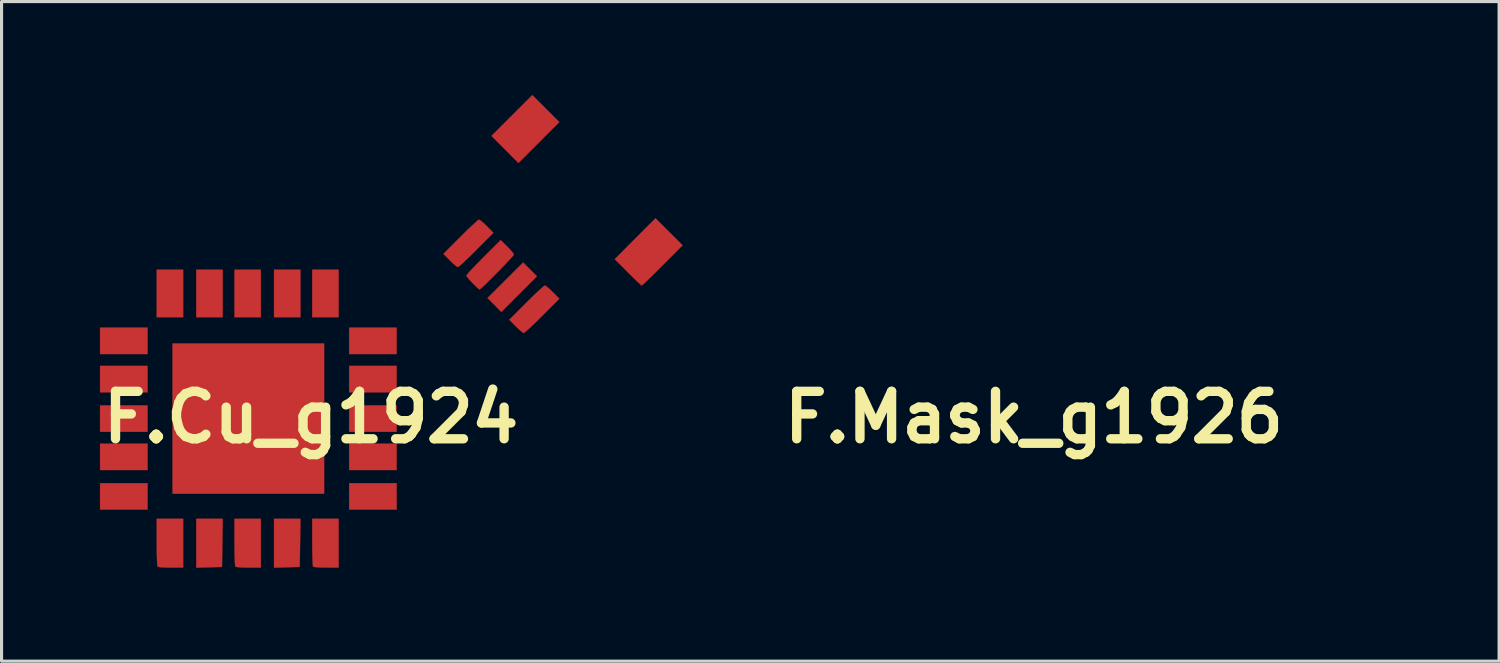
<source format=kicad_pcb>
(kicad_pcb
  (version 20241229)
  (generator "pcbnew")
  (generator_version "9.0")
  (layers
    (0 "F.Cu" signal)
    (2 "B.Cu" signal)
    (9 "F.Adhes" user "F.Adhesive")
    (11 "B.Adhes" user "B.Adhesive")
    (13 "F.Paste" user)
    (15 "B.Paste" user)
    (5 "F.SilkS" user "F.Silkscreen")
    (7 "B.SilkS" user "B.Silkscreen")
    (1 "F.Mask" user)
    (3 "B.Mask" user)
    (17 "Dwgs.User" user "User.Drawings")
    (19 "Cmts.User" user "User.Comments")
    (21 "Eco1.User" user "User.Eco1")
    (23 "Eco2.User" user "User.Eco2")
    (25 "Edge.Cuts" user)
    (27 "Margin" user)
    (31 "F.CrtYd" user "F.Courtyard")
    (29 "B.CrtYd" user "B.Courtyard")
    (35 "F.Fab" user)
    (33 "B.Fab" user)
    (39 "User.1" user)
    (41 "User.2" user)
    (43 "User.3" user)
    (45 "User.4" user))
  (footprint "F.Mask_g1926"
    (layer "F.Cu")
    (at 30.162 10.355)
    (property "Reference" "F.Mask_g1926" (at 0 0 0) (layer "F.SilkS") (effects (font (size 1.524 1.524) (thickness 0.3))))
    (attr through_hole)
    (fp_poly (pts (xy -5.249 -2.032) (xy -6.773 -2.032) (xy -6.773 -2.879) (xy -5.249 -2.879) (xy -5.249 -2.032)) (stroke (width 0.01) (type solid)) (fill yes) (layer "F.Mask"))
    (fp_poly (pts (xy -5.249 -0.804) (xy -6.773 -0.804) (xy -6.773 -1.651) (xy -5.249 -1.651) (xy -5.249 -0.804)) (stroke (width 0.01) (type solid)) (fill yes) (layer "F.Mask"))
    (fp_poly (pts (xy -5.249 0.466) (xy -6.773 0.466) (xy -6.773 -0.381) (xy -5.249 -0.381) (xy -5.249 0.466)) (stroke (width 0.01) (type solid)) (fill yes) (layer "F.Mask"))
    (fp_poly (pts (xy -5.249 1.693) (xy -6.773 1.693) (xy -6.773 0.847) (xy -5.249 0.847) (xy -5.249 1.693)) (stroke (width 0.01) (type solid)) (fill yes) (layer "F.Mask"))
    (fp_poly (pts (xy -5.249 2.963) (xy -6.773 2.963) (xy -6.773 2.117) (xy -5.249 2.117) (xy -5.249 2.963)) (stroke (width 0.01) (type solid)) (fill yes) (layer "F.Mask"))
    (fp_poly (pts (xy -4.106 -3.217) (xy -4.953 -3.217) (xy -4.953 -4.741) (xy -4.106 -4.741) (xy -4.106 -3.217)) (stroke (width 0.01) (type solid)) (fill yes) (layer "F.Mask"))
    (fp_poly (pts (xy -2.836 -3.217) (xy -3.683 -3.217) (xy -3.683 -4.741) (xy -2.836 -4.741) (xy -2.836 -3.217)) (stroke (width 0.01) (type solid)) (fill yes) (layer "F.Mask"))
    (fp_poly (pts (xy -1.609 -3.217) (xy -2.455 -3.217) (xy -2.455 -4.741) (xy -1.609 -4.741) (xy -1.609 -3.217)) (stroke (width 0.01) (type solid)) (fill yes) (layer "F.Mask"))
    (fp_poly (pts (xy -0.339 -3.217) (xy -1.185 -3.217) (xy -1.185 -4.741) (xy -0.339 -4.741) (xy -0.339 -3.217)) (stroke (width 0.01) (type solid)) (fill yes) (layer "F.Mask"))
    (fp_poly (pts (xy 0.423 2.455) (xy -4.445 2.455) (xy -4.445 -2.371) (xy 0.423 -2.371) (xy 0.423 2.455)) (stroke (width 0.01) (type solid)) (fill yes) (layer "F.Mask"))
    (fp_poly (pts (xy 0.889 -3.217) (xy 0.042 -3.217) (xy 0.042 -4.741) (xy 0.889 -4.741) (xy 0.889 -3.217)) (stroke (width 0.01) (type solid)) (fill yes) (layer "F.Mask"))
    (fp_poly (pts (xy 2.752 -2.032) (xy 1.228 -2.032) (xy 1.228 -2.879) (xy 2.752 -2.879) (xy 2.752 -2.032)) (stroke (width 0.01) (type solid)) (fill yes) (layer "F.Mask"))
    (fp_poly (pts (xy 2.752 -0.804) (xy 1.228 -0.804) (xy 1.228 -1.651) (xy 2.752 -1.651) (xy 2.752 -0.804)) (stroke (width 0.01) (type solid)) (fill yes) (layer "F.Mask"))
    (fp_poly (pts (xy 2.752 0.466) (xy 1.228 0.466) (xy 1.228 -0.381) (xy 2.752 -0.381) (xy 2.752 0.466)) (stroke (width 0.01) (type solid)) (fill yes) (layer "F.Mask"))
    (fp_poly (pts (xy 2.752 1.693) (xy 1.228 1.693) (xy 1.228 0.847) (xy 2.752 0.847) (xy 2.752 1.693)) (stroke (width 0.01) (type solid)) (fill yes) (layer "F.Mask"))
    (fp_poly (pts (xy 2.752 2.963) (xy 1.228 2.963) (xy 1.228 2.117) (xy 2.752 2.117) (xy 2.752 2.963)) (stroke (width 0.01) (type solid)) (fill yes) (layer "F.Mask"))
    (fp_poly (pts (xy -2.857 4.805) (xy -3.27 4.817) (xy -3.683 4.829) (xy -3.683 3.26) (xy -2.834 3.26) (xy -2.857 4.805)) (stroke (width 0.01) (type solid)) (fill yes) (layer "F.Mask"))
    (fp_poly (pts (xy -0.36 4.805) (xy -0.773 4.817) (xy -1.185 4.829) (xy -1.185 3.26) (xy -0.337 3.26) (xy -0.36 4.805)) (stroke (width 0.01) (type solid)) (fill yes) (layer "F.Mask"))
    (fp_poly (pts (xy 7.038 -4.751) (xy 7.259 -4.529) (xy 6.116 -3.385) (xy 5.673 -3.833) (xy 6.245 -4.403) (xy 6.816 -4.973) (xy 7.038 -4.751)) (stroke (width 0.01) (type solid)) (fill yes) (layer "F.Mask"))
    (fp_poly (pts (xy 7.979 -9.483) (xy 7.323 -8.826) (xy 6.667 -8.17) (xy 6.233 -8.605) (xy 5.8 -9.039) (xy 6.456 -9.695) (xy 7.112 -10.35) (xy 7.979 -9.483)) (stroke (width 0.01) (type solid)) (fill yes) (layer "F.Mask"))
    (fp_poly (pts (xy -4.106 4.826) (xy -4.501 4.826) (xy -4.677 4.823) (xy -4.819 4.816) (xy -4.907 4.804) (xy -4.925 4.798) (xy -4.934 4.748) (xy -4.942 4.628) (xy -4.948 4.452) (xy -4.952 4.233) (xy -4.953 4.015) (xy -4.953 3.26) (xy -4.106 3.26) (xy -4.106 4.826)) (stroke (width 0.01) (type solid)) (fill yes) (layer "F.Mask"))
    (fp_poly (pts (xy -1.609 4.826) (xy -2.004 4.826) (xy -2.179 4.823) (xy -2.321 4.816) (xy -2.409 4.804) (xy -2.427 4.798) (xy -2.436 4.748) (xy -2.444 4.628) (xy -2.45 4.452) (xy -2.454 4.233) (xy -2.455 4.015) (xy -2.455 3.26) (xy -1.609 3.26) (xy -1.609 4.826)) (stroke (width 0.01) (type solid)) (fill yes) (layer "F.Mask"))
    (fp_poly (pts (xy 0.889 4.826) (xy 0.494 4.826) (xy 0.319 4.823) (xy 0.177 4.816) (xy 0.088 4.804) (xy 0.071 4.798) (xy 0.061 4.748) (xy 0.054 4.628) (xy 0.047 4.452) (xy 0.044 4.233) (xy 0.042 4.015) (xy 0.042 3.26) (xy 0.889 3.26) (xy 0.889 4.826)) (stroke (width 0.01) (type solid)) (fill yes) (layer "F.Mask"))
    (fp_poly (pts (xy 11.504 -5.959) (xy 11.938 -5.526) (xy 11.293 -4.88) (xy 11.103 -4.69) (xy 10.932 -4.522) (xy 10.791 -4.385) (xy 10.688 -4.287) (xy 10.632 -4.238) (xy 10.625 -4.233) (xy 10.589 -4.262) (xy 10.505 -4.34) (xy 10.383 -4.456) (xy 10.237 -4.601) (xy 10.181 -4.657) (xy 9.759 -5.08) (xy 11.069 -6.392) (xy 11.504 -5.959)) (stroke (width 0.01) (type solid)) (fill yes) (layer "F.Mask"))
    (fp_poly (pts (xy 5.448 -6.322) (xy 5.537 -6.248) (xy 5.647 -6.143) (xy 5.652 -6.138) (xy 5.861 -5.926) (xy 5.312 -5.376) (xy 5.136 -5.201) (xy 4.978 -5.049) (xy 4.849 -4.93) (xy 4.759 -4.852) (xy 4.719 -4.826) (xy 4.669 -4.854) (xy 4.58 -4.928) (xy 4.471 -5.033) (xy 4.466 -5.038) (xy 4.257 -5.25) (xy 4.805 -5.8) (xy 4.982 -5.975) (xy 5.14 -6.127) (xy 5.269 -6.246) (xy 5.359 -6.324) (xy 5.398 -6.35) (xy 5.448 -6.322)) (stroke (width 0.01) (type solid)) (fill yes) (layer "F.Mask"))
    (fp_poly (pts (xy 7.565 -4.205) (xy 7.654 -4.131) (xy 7.763 -4.026) (xy 7.769 -4.021) (xy 7.978 -3.809) (xy 7.429 -3.259) (xy 7.252 -3.084) (xy 7.094 -2.932) (xy 6.965 -2.813) (xy 6.876 -2.736) (xy 6.836 -2.709) (xy 6.786 -2.738) (xy 6.697 -2.812) (xy 6.588 -2.916) (xy 6.582 -2.921) (xy 6.373 -3.134) (xy 6.922 -3.683) (xy 7.099 -3.858) (xy 7.257 -4.01) (xy 7.386 -4.13) (xy 7.475 -4.207) (xy 7.515 -4.233) (xy 7.565 -4.205)) (stroke (width 0.01) (type solid)) (fill yes) (layer "F.Mask"))
    (fp_poly (pts (xy 6.307 -5.483) (xy 6.413 -5.373) (xy 6.489 -5.282) (xy 6.519 -5.23) (xy 6.519 -5.229) (xy 6.491 -5.189) (xy 6.414 -5.101) (xy 6.299 -4.978) (xy 6.159 -4.831) (xy 6.004 -4.671) (xy 5.846 -4.512) (xy 5.698 -4.364) (xy 5.57 -4.24) (xy 5.474 -4.151) (xy 5.421 -4.108) (xy 5.416 -4.106) (xy 5.378 -4.134) (xy 5.298 -4.207) (xy 5.195 -4.309) (xy 5.094 -4.417) (xy 5.022 -4.505) (xy 4.995 -4.553) (xy 5.024 -4.595) (xy 5.104 -4.686) (xy 5.225 -4.815) (xy 5.378 -4.974) (xy 5.545 -5.143) (xy 6.095 -5.692) (xy 6.307 -5.483)) (stroke (width 0.01) (type solid)) (fill yes) (layer "F.Mask")))
  (footprint "F.Cu_g1924"
    (layer "F.Cu")
    (at 6.938 10.355)
    (property "Reference" "F.Cu_g1924" (at 0 0 0) (layer "F.SilkS") (effects (font (size 1.524 1.524) (thickness 0.3))))
    (attr through_hole)
    (fp_poly (pts (xy -5.249 -2.032) (xy -6.773 -2.032) (xy -6.773 -2.879) (xy -5.249 -2.879) (xy -5.249 -2.032)) (stroke (width 0.01) (type solid)) (fill yes) (layer "F.Cu"))
    (fp_poly (pts (xy -5.249 -0.804) (xy -6.773 -0.804) (xy -6.773 -1.651) (xy -5.249 -1.651) (xy -5.249 -0.804)) (stroke (width 0.01) (type solid)) (fill yes) (layer "F.Cu"))
    (fp_poly (pts (xy -5.249 0.466) (xy -6.773 0.466) (xy -6.773 -0.381) (xy -5.249 -0.381) (xy -5.249 0.466)) (stroke (width 0.01) (type solid)) (fill yes) (layer "F.Cu"))
    (fp_poly (pts (xy -5.249 1.693) (xy -6.773 1.693) (xy -6.773 0.847) (xy -5.249 0.847) (xy -5.249 1.693)) (stroke (width 0.01) (type solid)) (fill yes) (layer "F.Cu"))
    (fp_poly (pts (xy -5.249 2.963) (xy -6.773 2.963) (xy -6.773 2.117) (xy -5.249 2.117) (xy -5.249 2.963)) (stroke (width 0.01) (type solid)) (fill yes) (layer "F.Cu"))
    (fp_poly (pts (xy -4.106 -3.217) (xy -4.953 -3.217) (xy -4.953 -4.741) (xy -4.106 -4.741) (xy -4.106 -3.217)) (stroke (width 0.01) (type solid)) (fill yes) (layer "F.Cu"))
    (fp_poly (pts (xy -2.836 -3.217) (xy -3.683 -3.217) (xy -3.683 -4.741) (xy -2.836 -4.741) (xy -2.836 -3.217)) (stroke (width 0.01) (type solid)) (fill yes) (layer "F.Cu"))
    (fp_poly (pts (xy -1.609 -3.217) (xy -2.455 -3.217) (xy -2.455 -4.741) (xy -1.609 -4.741) (xy -1.609 -3.217)) (stroke (width 0.01) (type solid)) (fill yes) (layer "F.Cu"))
    (fp_poly (pts (xy -0.339 -3.217) (xy -1.185 -3.217) (xy -1.185 -4.741) (xy -0.339 -4.741) (xy -0.339 -3.217)) (stroke (width 0.01) (type solid)) (fill yes) (layer "F.Cu"))
    (fp_poly (pts (xy 0.423 2.455) (xy -4.445 2.455) (xy -4.445 -2.371) (xy 0.423 -2.371) (xy 0.423 2.455)) (stroke (width 0.01) (type solid)) (fill yes) (layer "F.Cu"))
    (fp_poly (pts (xy 0.889 -3.217) (xy 0.042 -3.217) (xy 0.042 -4.741) (xy 0.889 -4.741) (xy 0.889 -3.217)) (stroke (width 0.01) (type solid)) (fill yes) (layer "F.Cu"))
    (fp_poly (pts (xy 2.752 -2.032) (xy 1.228 -2.032) (xy 1.228 -2.879) (xy 2.752 -2.879) (xy 2.752 -2.032)) (stroke (width 0.01) (type solid)) (fill yes) (layer "F.Cu"))
    (fp_poly (pts (xy 2.752 -0.804) (xy 1.228 -0.804) (xy 1.228 -1.651) (xy 2.752 -1.651) (xy 2.752 -0.804)) (stroke (width 0.01) (type solid)) (fill yes) (layer "F.Cu"))
    (fp_poly (pts (xy 2.752 0.466) (xy 1.228 0.466) (xy 1.228 -0.381) (xy 2.752 -0.381) (xy 2.752 0.466)) (stroke (width 0.01) (type solid)) (fill yes) (layer "F.Cu"))
    (fp_poly (pts (xy 2.752 1.693) (xy 1.228 1.693) (xy 1.228 0.847) (xy 2.752 0.847) (xy 2.752 1.693)) (stroke (width 0.01) (type solid)) (fill yes) (layer "F.Cu"))
    (fp_poly (pts (xy 2.752 2.963) (xy 1.228 2.963) (xy 1.228 2.117) (xy 2.752 2.117) (xy 2.752 2.963)) (stroke (width 0.01) (type solid)) (fill yes) (layer "F.Cu"))
    (fp_poly (pts (xy -2.857 4.805) (xy -3.27 4.817) (xy -3.683 4.829) (xy -3.683 3.26) (xy -2.834 3.26) (xy -2.857 4.805)) (stroke (width 0.01) (type solid)) (fill yes) (layer "F.Cu"))
    (fp_poly (pts (xy -0.36 4.805) (xy -0.773 4.817) (xy -1.185 4.829) (xy -1.185 3.26) (xy -0.337 3.26) (xy -0.36 4.805)) (stroke (width 0.01) (type solid)) (fill yes) (layer "F.Cu"))
    (fp_poly (pts (xy 7.038 -4.751) (xy 7.259 -4.529) (xy 6.116 -3.385) (xy 5.673 -3.833) (xy 6.245 -4.403) (xy 6.816 -4.973) (xy 7.038 -4.751)) (stroke (width 0.01) (type solid)) (fill yes) (layer "F.Cu"))
    (fp_poly (pts (xy 7.979 -9.483) (xy 7.323 -8.826) (xy 6.667 -8.17) (xy 6.233 -8.605) (xy 5.8 -9.039) (xy 6.456 -9.695) (xy 7.112 -10.35) (xy 7.979 -9.483)) (stroke (width 0.01) (type solid)) (fill yes) (layer "F.Cu"))
    (fp_poly (pts (xy -4.106 4.826) (xy -4.501 4.826) (xy -4.677 4.823) (xy -4.819 4.816) (xy -4.907 4.804) (xy -4.925 4.798) (xy -4.934 4.748) (xy -4.942 4.628) (xy -4.948 4.452) (xy -4.952 4.233) (xy -4.953 4.015) (xy -4.953 3.26) (xy -4.106 3.26) (xy -4.106 4.826)) (stroke (width 0.01) (type solid)) (fill yes) (layer "F.Cu"))
    (fp_poly (pts (xy -1.609 4.826) (xy -2.004 4.826) (xy -2.179 4.823) (xy -2.321 4.816) (xy -2.409 4.804) (xy -2.427 4.798) (xy -2.436 4.748) (xy -2.444 4.628) (xy -2.45 4.452) (xy -2.454 4.233) (xy -2.455 4.015) (xy -2.455 3.26) (xy -1.609 3.26) (xy -1.609 4.826)) (stroke (width 0.01) (type solid)) (fill yes) (layer "F.Cu"))
    (fp_poly (pts (xy 0.889 4.826) (xy 0.494 4.826) (xy 0.319 4.823) (xy 0.177 4.816) (xy 0.088 4.804) (xy 0.071 4.798) (xy 0.061 4.748) (xy 0.054 4.628) (xy 0.047 4.452) (xy 0.044 4.233) (xy 0.042 4.015) (xy 0.042 3.26) (xy 0.889 3.26) (xy 0.889 4.826)) (stroke (width 0.01) (type solid)) (fill yes) (layer "F.Cu"))
    (fp_poly (pts (xy 11.504 -5.959) (xy 11.938 -5.526) (xy 11.293 -4.88) (xy 11.103 -4.69) (xy 10.932 -4.522) (xy 10.791 -4.385) (xy 10.688 -4.287) (xy 10.632 -4.238) (xy 10.625 -4.233) (xy 10.589 -4.262) (xy 10.505 -4.34) (xy 10.383 -4.456) (xy 10.237 -4.601) (xy 10.181 -4.657) (xy 9.759 -5.08) (xy 11.069 -6.392) (xy 11.504 -5.959)) (stroke (width 0.01) (type solid)) (fill yes) (layer "F.Cu"))
    (fp_poly (pts (xy 5.448 -6.322) (xy 5.537 -6.248) (xy 5.647 -6.143) (xy 5.652 -6.138) (xy 5.861 -5.926) (xy 5.312 -5.376) (xy 5.136 -5.201) (xy 4.978 -5.049) (xy 4.849 -4.93) (xy 4.759 -4.852) (xy 4.719 -4.826) (xy 4.669 -4.854) (xy 4.58 -4.928) (xy 4.471 -5.033) (xy 4.466 -5.038) (xy 4.257 -5.25) (xy 4.805 -5.8) (xy 4.982 -5.975) (xy 5.14 -6.127) (xy 5.269 -6.246) (xy 5.359 -6.324) (xy 5.398 -6.35) (xy 5.448 -6.322)) (stroke (width 0.01) (type solid)) (fill yes) (layer "F.Cu"))
    (fp_poly (pts (xy 7.565 -4.205) (xy 7.654 -4.131) (xy 7.763 -4.026) (xy 7.769 -4.021) (xy 7.978 -3.809) (xy 7.429 -3.259) (xy 7.252 -3.084) (xy 7.094 -2.932) (xy 6.965 -2.813) (xy 6.876 -2.736) (xy 6.836 -2.709) (xy 6.786 -2.738) (xy 6.697 -2.812) (xy 6.588 -2.916) (xy 6.582 -2.921) (xy 6.373 -3.134) (xy 6.922 -3.683) (xy 7.099 -3.858) (xy 7.257 -4.01) (xy 7.386 -4.13) (xy 7.475 -4.207) (xy 7.515 -4.233) (xy 7.565 -4.205)) (stroke (width 0.01) (type solid)) (fill yes) (layer "F.Cu"))
    (fp_poly (pts (xy 6.307 -5.483) (xy 6.413 -5.373) (xy 6.489 -5.282) (xy 6.519 -5.23) (xy 6.519 -5.229) (xy 6.491 -5.189) (xy 6.414 -5.101) (xy 6.299 -4.978) (xy 6.159 -4.831) (xy 6.004 -4.671) (xy 5.846 -4.512) (xy 5.698 -4.364) (xy 5.57 -4.24) (xy 5.474 -4.151) (xy 5.421 -4.108) (xy 5.416 -4.106) (xy 5.378 -4.134) (xy 5.298 -4.207) (xy 5.195 -4.309) (xy 5.094 -4.417) (xy 5.022 -4.505) (xy 4.995 -4.553) (xy 5.024 -4.595) (xy 5.104 -4.686) (xy 5.225 -4.815) (xy 5.378 -4.974) (xy 5.545 -5.143) (xy 6.095 -5.692) (xy 6.307 -5.483)) (stroke (width 0.01) (type solid)) (fill yes) (layer "F.Cu")))
  (gr_rect
    (start -3 -3)
    (end 45.105 18.189)
    (stroke (width 0.1) (type default))
    (fill no)
    (layer "Edge.Cuts")))
</source>
